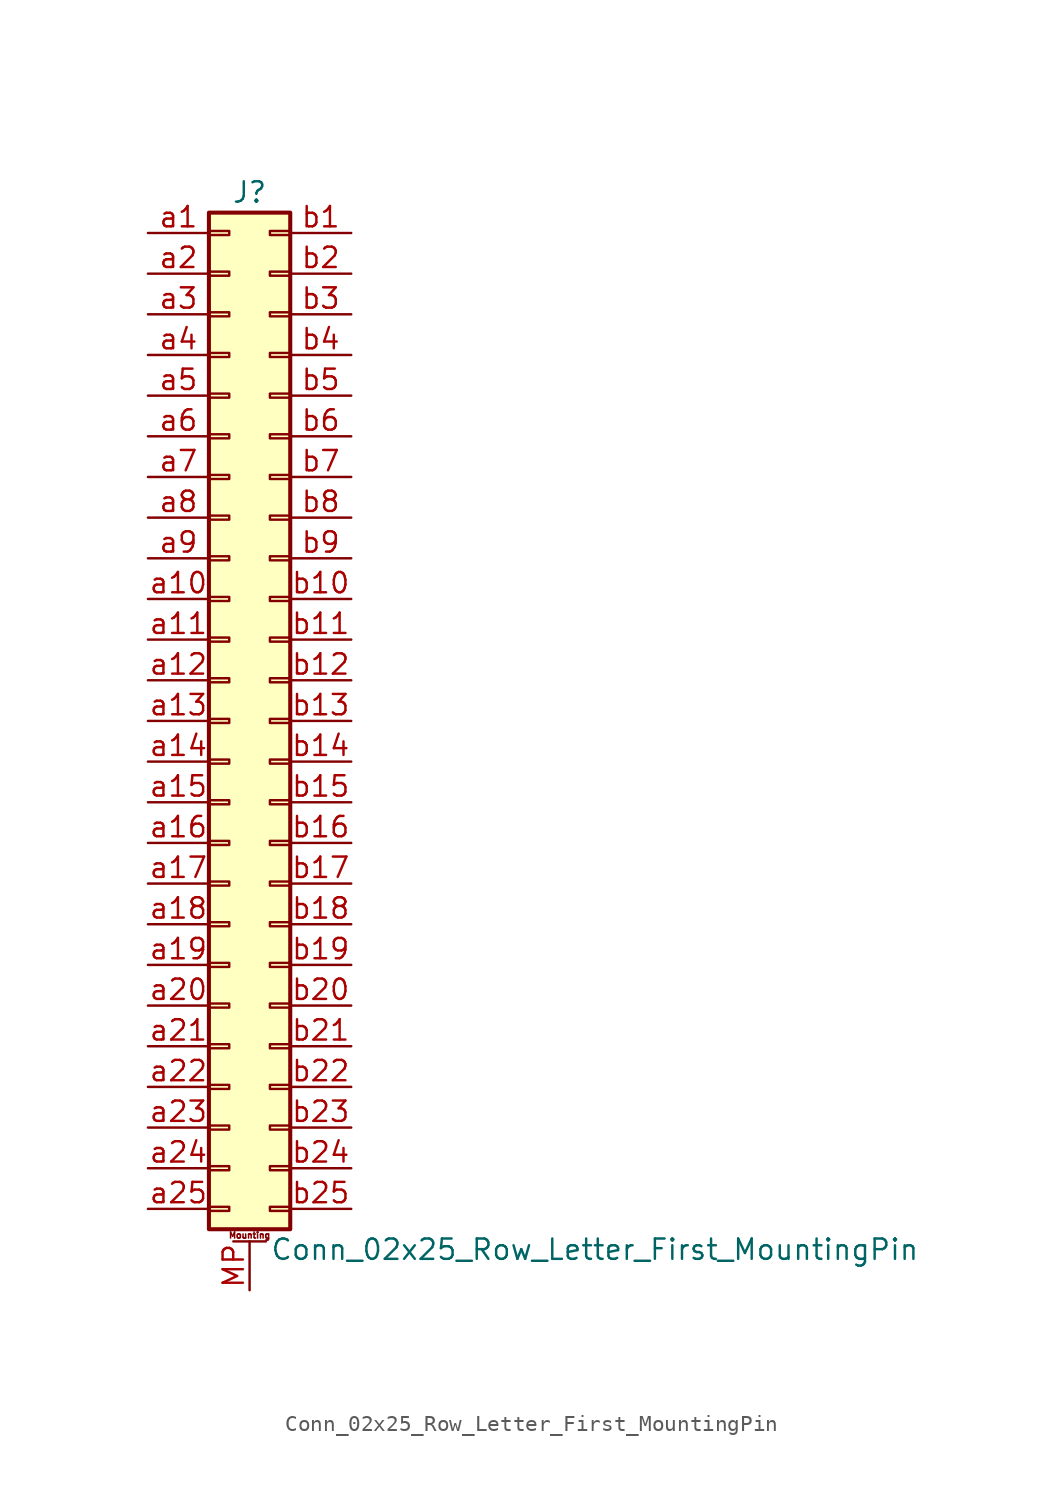
<source format=kicad_sym>
(kicad_symbol_lib
  (version 20201005)
  (generator kicad_symbol_editor)
  (symbol "Conn_02x25_Row_Letter_First_MountingPin"
    (pin_names
      (offset 1.016) hide)
    (property "Reference" "J"
      (at 1.27 33.02 0)
      (effects (font (size 1.27 1.27))))
    (property "Value" "Conn_02x25_Row_Letter_First_MountingPin"
      (at 2.54 -33.02 0)
      (effects (font (size 1.27 1.27)) (justify left)))
    (symbol "Conn_02x25_Row_Letter_First_MountingPin_1_1"
      (text "Mounting" (at 1.27 -32.131 0) (effects (font (size 0.381 0.381))))
      (rectangle (start -1.27 -30.353) (end 0 -30.607) (stroke (width 0.152)) (fill (type none)))
      (rectangle (start -1.27 -27.813) (end 0 -28.067) (stroke (width 0.152)) (fill (type none)))
      (rectangle (start -1.27 -25.273) (end 0 -25.527) (stroke (width 0.152)) (fill (type none)))
      (rectangle (start -1.27 -22.733) (end 0 -22.987) (stroke (width 0.152)) (fill (type none)))
      (rectangle (start -1.27 -20.193) (end 0 -20.447) (stroke (width 0.152)) (fill (type none)))
      (rectangle (start -1.27 -17.653) (end 0 -17.907) (stroke (width 0.152)) (fill (type none)))
      (rectangle (start -1.27 -15.113) (end 0 -15.367) (stroke (width 0.152)) (fill (type none)))
      (rectangle (start -1.27 -12.573) (end 0 -12.827) (stroke (width 0.152)) (fill (type none)))
      (rectangle (start -1.27 -10.033) (end 0 -10.287) (stroke (width 0.152)) (fill (type none)))
      (rectangle (start -1.27 -7.493) (end 0 -7.747) (stroke (width 0.152)) (fill (type none)))
      (rectangle (start -1.27 -4.953) (end 0 -5.207) (stroke (width 0.152)) (fill (type none)))
      (rectangle (start -1.27 -2.413) (end 0 -2.667) (stroke (width 0.152)) (fill (type none)))
      (rectangle (start -1.27 0.127) (end 0 -0.127) (stroke (width 0.152)) (fill (type none)))
      (rectangle (start -1.27 2.667) (end 0 2.413) (stroke (width 0.152)) (fill (type none)))
      (rectangle (start -1.27 5.207) (end 0 4.953) (stroke (width 0.152)) (fill (type none)))
      (rectangle (start -1.27 7.747) (end 0 7.493) (stroke (width 0.152)) (fill (type none)))
      (rectangle (start -1.27 10.287) (end 0 10.033) (stroke (width 0.152)) (fill (type none)))
      (rectangle (start -1.27 12.827) (end 0 12.573) (stroke (width 0.152)) (fill (type none)))
      (rectangle (start -1.27 15.367) (end 0 15.113) (stroke (width 0.152)) (fill (type none)))
      (rectangle (start -1.27 17.907) (end 0 17.653) (stroke (width 0.152)) (fill (type none)))
      (rectangle (start -1.27 20.447) (end 0 20.193) (stroke (width 0.152)) (fill (type none)))
      (rectangle (start -1.27 22.987) (end 0 22.733) (stroke (width 0.152)) (fill (type none)))
      (rectangle (start -1.27 25.527) (end 0 25.273) (stroke (width 0.152)) (fill (type none)))
      (rectangle (start -1.27 28.067) (end 0 27.813) (stroke (width 0.152)) (fill (type none)))
      (rectangle (start -1.27 30.607) (end 0 30.353) (stroke (width 0.152)) (fill (type none)))
      (rectangle (start -1.27 31.75) (end 3.81 -31.75) (stroke (width 0.254)) (fill (type background)))
      (rectangle (start 3.81 -30.353) (end 2.54 -30.607) (stroke (width 0.152)) (fill (type none)))
      (rectangle (start 3.81 -27.813) (end 2.54 -28.067) (stroke (width 0.152)) (fill (type none)))
      (rectangle (start 3.81 -25.273) (end 2.54 -25.527) (stroke (width 0.152)) (fill (type none)))
      (rectangle (start 3.81 -22.733) (end 2.54 -22.987) (stroke (width 0.152)) (fill (type none)))
      (rectangle (start 3.81 -20.193) (end 2.54 -20.447) (stroke (width 0.152)) (fill (type none)))
      (rectangle (start 3.81 -17.653) (end 2.54 -17.907) (stroke (width 0.152)) (fill (type none)))
      (rectangle (start 3.81 -15.113) (end 2.54 -15.367) (stroke (width 0.152)) (fill (type none)))
      (rectangle (start 3.81 -12.573) (end 2.54 -12.827) (stroke (width 0.152)) (fill (type none)))
      (rectangle (start 3.81 -10.033) (end 2.54 -10.287) (stroke (width 0.152)) (fill (type none)))
      (rectangle (start 3.81 -7.493) (end 2.54 -7.747) (stroke (width 0.152)) (fill (type none)))
      (rectangle (start 3.81 -4.953) (end 2.54 -5.207) (stroke (width 0.152)) (fill (type none)))
      (rectangle (start 3.81 -2.413) (end 2.54 -2.667) (stroke (width 0.152)) (fill (type none)))
      (rectangle (start 3.81 0.127) (end 2.54 -0.127) (stroke (width 0.152)) (fill (type none)))
      (rectangle (start 3.81 2.667) (end 2.54 2.413) (stroke (width 0.152)) (fill (type none)))
      (rectangle (start 3.81 5.207) (end 2.54 4.953) (stroke (width 0.152)) (fill (type none)))
      (rectangle (start 3.81 7.747) (end 2.54 7.493) (stroke (width 0.152)) (fill (type none)))
      (rectangle (start 3.81 10.287) (end 2.54 10.033) (stroke (width 0.152)) (fill (type none)))
      (rectangle (start 3.81 12.827) (end 2.54 12.573) (stroke (width 0.152)) (fill (type none)))
      (rectangle (start 3.81 15.367) (end 2.54 15.113) (stroke (width 0.152)) (fill (type none)))
      (rectangle (start 3.81 17.907) (end 2.54 17.653) (stroke (width 0.152)) (fill (type none)))
      (rectangle (start 3.81 20.447) (end 2.54 20.193) (stroke (width 0.152)) (fill (type none)))
      (rectangle (start 3.81 22.987) (end 2.54 22.733) (stroke (width 0.152)) (fill (type none)))
      (rectangle (start 3.81 25.527) (end 2.54 25.273) (stroke (width 0.152)) (fill (type none)))
      (rectangle (start 3.81 28.067) (end 2.54 27.813) (stroke (width 0.152)) (fill (type none)))
      (rectangle (start 3.81 30.607) (end 2.54 30.353) (stroke (width 0.152)) (fill (type none)))
      (polyline (pts (xy 0.254 -32.512) (xy 2.286 -32.512)) (stroke (width 0.152)) (fill (type none)))
      (pin passive line (at 1.27 -35.56 90) (length 3.048) (name "MountPin" (effects (font (size 1.27 1.27)))) (number "MP" (effects (font (size 1.27 1.27)))))
      (pin passive line (at -5.08 30.48 0) (length 3.81) (name "Pin_a1" (effects (font (size 1.27 1.27)))) (number "a1" (effects (font (size 1.27 1.27)))))
      (pin passive line (at -5.08 7.62 0) (length 3.81) (name "Pin_a10" (effects (font (size 1.27 1.27)))) (number "a10" (effects (font (size 1.27 1.27)))))
      (pin passive line (at -5.08 5.08 0) (length 3.81) (name "Pin_a11" (effects (font (size 1.27 1.27)))) (number "a11" (effects (font (size 1.27 1.27)))))
      (pin passive line (at -5.08 2.54 0) (length 3.81) (name "Pin_a12" (effects (font (size 1.27 1.27)))) (number "a12" (effects (font (size 1.27 1.27)))))
      (pin passive line (at -5.08 0 0) (length 3.81) (name "Pin_a13" (effects (font (size 1.27 1.27)))) (number "a13" (effects (font (size 1.27 1.27)))))
      (pin passive line (at -5.08 -2.54 0) (length 3.81) (name "Pin_a14" (effects (font (size 1.27 1.27)))) (number "a14" (effects (font (size 1.27 1.27)))))
      (pin passive line (at -5.08 -5.08 0) (length 3.81) (name "Pin_a15" (effects (font (size 1.27 1.27)))) (number "a15" (effects (font (size 1.27 1.27)))))
      (pin passive line (at -5.08 -7.62 0) (length 3.81) (name "Pin_a16" (effects (font (size 1.27 1.27)))) (number "a16" (effects (font (size 1.27 1.27)))))
      (pin passive line (at -5.08 -10.16 0) (length 3.81) (name "Pin_a17" (effects (font (size 1.27 1.27)))) (number "a17" (effects (font (size 1.27 1.27)))))
      (pin passive line (at -5.08 -12.7 0) (length 3.81) (name "Pin_a18" (effects (font (size 1.27 1.27)))) (number "a18" (effects (font (size 1.27 1.27)))))
      (pin passive line (at -5.08 -15.24 0) (length 3.81) (name "Pin_a19" (effects (font (size 1.27 1.27)))) (number "a19" (effects (font (size 1.27 1.27)))))
      (pin passive line (at -5.08 27.94 0) (length 3.81) (name "Pin_a2" (effects (font (size 1.27 1.27)))) (number "a2" (effects (font (size 1.27 1.27)))))
      (pin passive line (at -5.08 -17.78 0) (length 3.81) (name "Pin_a20" (effects (font (size 1.27 1.27)))) (number "a20" (effects (font (size 1.27 1.27)))))
      (pin passive line (at -5.08 -20.32 0) (length 3.81) (name "Pin_a21" (effects (font (size 1.27 1.27)))) (number "a21" (effects (font (size 1.27 1.27)))))
      (pin passive line (at -5.08 -22.86 0) (length 3.81) (name "Pin_a22" (effects (font (size 1.27 1.27)))) (number "a22" (effects (font (size 1.27 1.27)))))
      (pin passive line (at -5.08 -25.4 0) (length 3.81) (name "Pin_a23" (effects (font (size 1.27 1.27)))) (number "a23" (effects (font (size 1.27 1.27)))))
      (pin passive line (at -5.08 -27.94 0) (length 3.81) (name "Pin_a24" (effects (font (size 1.27 1.27)))) (number "a24" (effects (font (size 1.27 1.27)))))
      (pin passive line (at -5.08 -30.48 0) (length 3.81) (name "Pin_a25" (effects (font (size 1.27 1.27)))) (number "a25" (effects (font (size 1.27 1.27)))))
      (pin passive line (at -5.08 25.4 0) (length 3.81) (name "Pin_a3" (effects (font (size 1.27 1.27)))) (number "a3" (effects (font (size 1.27 1.27)))))
      (pin passive line (at -5.08 22.86 0) (length 3.81) (name "Pin_a4" (effects (font (size 1.27 1.27)))) (number "a4" (effects (font (size 1.27 1.27)))))
      (pin passive line (at -5.08 20.32 0) (length 3.81) (name "Pin_a5" (effects (font (size 1.27 1.27)))) (number "a5" (effects (font (size 1.27 1.27)))))
      (pin passive line (at -5.08 17.78 0) (length 3.81) (name "Pin_a6" (effects (font (size 1.27 1.27)))) (number "a6" (effects (font (size 1.27 1.27)))))
      (pin passive line (at -5.08 15.24 0) (length 3.81) (name "Pin_a7" (effects (font (size 1.27 1.27)))) (number "a7" (effects (font (size 1.27 1.27)))))
      (pin passive line (at -5.08 12.7 0) (length 3.81) (name "Pin_a8" (effects (font (size 1.27 1.27)))) (number "a8" (effects (font (size 1.27 1.27)))))
      (pin passive line (at -5.08 10.16 0) (length 3.81) (name "Pin_a9" (effects (font (size 1.27 1.27)))) (number "a9" (effects (font (size 1.27 1.27)))))
      (pin passive line (at 7.62 30.48 180) (length 3.81) (name "Pin_b1" (effects (font (size 1.27 1.27)))) (number "b1" (effects (font (size 1.27 1.27)))))
      (pin passive line (at 7.62 7.62 180) (length 3.81) (name "Pin_b10" (effects (font (size 1.27 1.27)))) (number "b10" (effects (font (size 1.27 1.27)))))
      (pin passive line (at 7.62 5.08 180) (length 3.81) (name "Pin_b11" (effects (font (size 1.27 1.27)))) (number "b11" (effects (font (size 1.27 1.27)))))
      (pin passive line (at 7.62 2.54 180) (length 3.81) (name "Pin_b12" (effects (font (size 1.27 1.27)))) (number "b12" (effects (font (size 1.27 1.27)))))
      (pin passive line (at 7.62 0 180) (length 3.81) (name "Pin_b13" (effects (font (size 1.27 1.27)))) (number "b13" (effects (font (size 1.27 1.27)))))
      (pin passive line (at 7.62 -2.54 180) (length 3.81) (name "Pin_b14" (effects (font (size 1.27 1.27)))) (number "b14" (effects (font (size 1.27 1.27)))))
      (pin passive line (at 7.62 -5.08 180) (length 3.81) (name "Pin_b15" (effects (font (size 1.27 1.27)))) (number "b15" (effects (font (size 1.27 1.27)))))
      (pin passive line (at 7.62 -7.62 180) (length 3.81) (name "Pin_b16" (effects (font (size 1.27 1.27)))) (number "b16" (effects (font (size 1.27 1.27)))))
      (pin passive line (at 7.62 -10.16 180) (length 3.81) (name "Pin_b17" (effects (font (size 1.27 1.27)))) (number "b17" (effects (font (size 1.27 1.27)))))
      (pin passive line (at 7.62 -12.7 180) (length 3.81) (name "Pin_b18" (effects (font (size 1.27 1.27)))) (number "b18" (effects (font (size 1.27 1.27)))))
      (pin passive line (at 7.62 -15.24 180) (length 3.81) (name "Pin_b19" (effects (font (size 1.27 1.27)))) (number "b19" (effects (font (size 1.27 1.27)))))
      (pin passive line (at 7.62 27.94 180) (length 3.81) (name "Pin_b2" (effects (font (size 1.27 1.27)))) (number "b2" (effects (font (size 1.27 1.27)))))
      (pin passive line (at 7.62 -17.78 180) (length 3.81) (name "Pin_b20" (effects (font (size 1.27 1.27)))) (number "b20" (effects (font (size 1.27 1.27)))))
      (pin passive line (at 7.62 -20.32 180) (length 3.81) (name "Pin_b21" (effects (font (size 1.27 1.27)))) (number "b21" (effects (font (size 1.27 1.27)))))
      (pin passive line (at 7.62 -22.86 180) (length 3.81) (name "Pin_b22" (effects (font (size 1.27 1.27)))) (number "b22" (effects (font (size 1.27 1.27)))))
      (pin passive line (at 7.62 -25.4 180) (length 3.81) (name "Pin_b23" (effects (font (size 1.27 1.27)))) (number "b23" (effects (font (size 1.27 1.27)))))
      (pin passive line (at 7.62 -27.94 180) (length 3.81) (name "Pin_b24" (effects (font (size 1.27 1.27)))) (number "b24" (effects (font (size 1.27 1.27)))))
      (pin passive line (at 7.62 -30.48 180) (length 3.81) (name "Pin_b25" (effects (font (size 1.27 1.27)))) (number "b25" (effects (font (size 1.27 1.27)))))
      (pin passive line (at 7.62 25.4 180) (length 3.81) (name "Pin_b3" (effects (font (size 1.27 1.27)))) (number "b3" (effects (font (size 1.27 1.27)))))
      (pin passive line (at 7.62 22.86 180) (length 3.81) (name "Pin_b4" (effects (font (size 1.27 1.27)))) (number "b4" (effects (font (size 1.27 1.27)))))
      (pin passive line (at 7.62 20.32 180) (length 3.81) (name "Pin_b5" (effects (font (size 1.27 1.27)))) (number "b5" (effects (font (size 1.27 1.27)))))
      (pin passive line (at 7.62 17.78 180) (length 3.81) (name "Pin_b6" (effects (font (size 1.27 1.27)))) (number "b6" (effects (font (size 1.27 1.27)))))
      (pin passive line (at 7.62 15.24 180) (length 3.81) (name "Pin_b7" (effects (font (size 1.27 1.27)))) (number "b7" (effects (font (size 1.27 1.27)))))
      (pin passive line (at 7.62 12.7 180) (length 3.81) (name "Pin_b8" (effects (font (size 1.27 1.27)))) (number "b8" (effects (font (size 1.27 1.27)))))
      (pin passive line (at 7.62 10.16 180) (length 3.81) (name "Pin_b9" (effects (font (size 1.27 1.27)))) (number "b9" (effects (font (size 1.27 1.27))))))))
</source>
